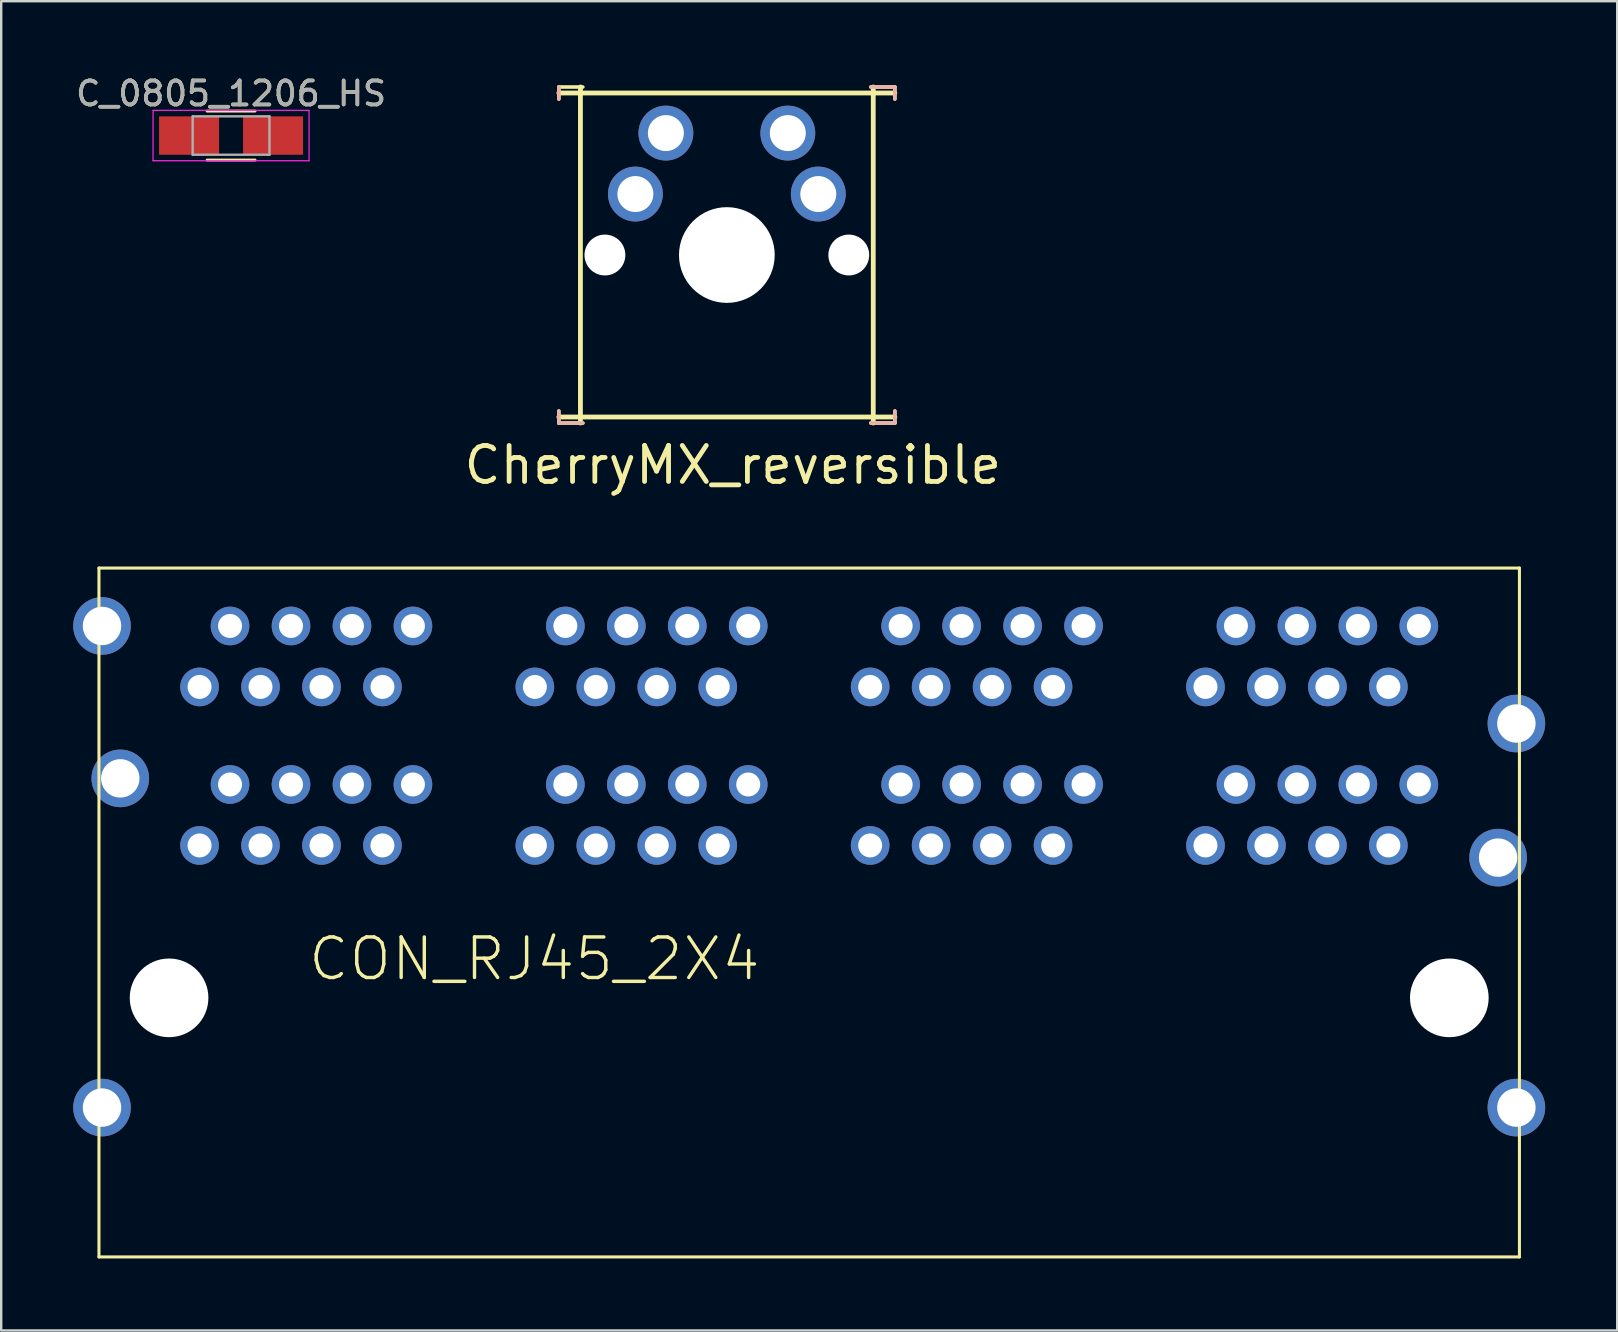
<source format=kicad_pcb>
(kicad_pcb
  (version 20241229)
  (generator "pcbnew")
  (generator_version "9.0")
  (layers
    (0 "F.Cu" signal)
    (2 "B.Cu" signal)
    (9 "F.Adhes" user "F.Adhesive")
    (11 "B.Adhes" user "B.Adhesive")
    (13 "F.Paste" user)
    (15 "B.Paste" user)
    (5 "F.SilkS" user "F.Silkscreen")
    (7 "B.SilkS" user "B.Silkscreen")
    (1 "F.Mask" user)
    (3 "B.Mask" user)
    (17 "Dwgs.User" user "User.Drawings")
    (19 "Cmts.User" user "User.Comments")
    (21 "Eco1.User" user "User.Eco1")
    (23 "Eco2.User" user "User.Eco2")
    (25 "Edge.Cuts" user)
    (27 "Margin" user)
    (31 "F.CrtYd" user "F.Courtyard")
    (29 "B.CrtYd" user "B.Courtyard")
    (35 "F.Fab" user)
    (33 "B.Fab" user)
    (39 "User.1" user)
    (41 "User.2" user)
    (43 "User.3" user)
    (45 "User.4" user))
  (footprint "CherryMX_reversible"
    (layer "F.Cu")
    (at 27.233 7.575)
    (property "Reference" "CherryMX_reversible" (at 0.25 8.75 0) (layer "F.SilkS") (effects (font (size 1.5 1.5) (thickness 0.2))))
    (attr through_hole)
    (fp_line (start -7 -7) (end -6 -7) (stroke (width 0.15) (type solid)) (layer "F.SilkS"))
    (fp_line (start -7 -6.75) (end 7 -6.75) (stroke (width 0.2) (type solid)) (layer "F.SilkS"))
    (fp_line (start -7 -6.5) (end -7 -7) (stroke (width 0.15) (type solid)) (layer "F.SilkS"))
    (fp_line (start -7 6.75) (end 7 6.75) (stroke (width 0.2) (type solid)) (layer "F.SilkS"))
    (fp_line (start -7 7) (end -7 6.5) (stroke (width 0.15) (type solid)) (layer "F.SilkS"))
    (fp_line (start -6.1 7) (end -6.1 -7) (stroke (width 0.2) (type solid)) (layer "F.SilkS"))
    (fp_line (start -6 7) (end -7 7) (stroke (width 0.15) (type solid)) (layer "F.SilkS"))
    (fp_line (start 6 -7) (end 7 -7) (stroke (width 0.15) (type solid)) (layer "F.SilkS"))
    (fp_line (start 6.1 7) (end 6.1 -7) (stroke (width 0.2) (type solid)) (layer "F.SilkS"))
    (fp_line (start 7 -7) (end 7 -6.5) (stroke (width 0.15) (type solid)) (layer "F.SilkS"))
    (fp_line (start 7 6.5) (end 7 7) (stroke (width 0.15) (type solid)) (layer "F.SilkS"))
    (fp_line (start 7 7) (end 6 7) (stroke (width 0.15) (type solid)) (layer "F.SilkS"))
    (fp_line (start -7 -6.5) (end -7 -7) (stroke (width 0.15) (type solid)) (layer "B.SilkS"))
    (fp_line (start -7 7) (end -7 6.5) (stroke (width 0.15) (type solid)) (layer "B.SilkS"))
    (fp_line (start -6 7) (end -7 7) (stroke (width 0.15) (type solid)) (layer "B.SilkS"))
    (fp_line (start 6 -7) (end 7 -7) (stroke (width 0.15) (type solid)) (layer "B.SilkS"))
    (fp_line (start 7 -7) (end 7 -6.5) (stroke (width 0.15) (type solid)) (layer "B.SilkS"))
    (fp_line (start 7 6.5) (end 7 7) (stroke (width 0.15) (type solid)) (layer "B.SilkS"))
    (fp_line (start 7 7) (end 6 7) (stroke (width 0.15) (type solid)) (layer "B.SilkS"))
    (fp_line (start -7.5 -7.5) (end 7.5 -7.5) (stroke (width 0.15) (type solid)) (layer "Eco2.User"))
    (fp_line (start -7.5 7.5) (end -7.5 -7.5) (stroke (width 0.15) (type solid)) (layer "Eco2.User"))
    (fp_line (start -6.9 6.9) (end -6.9 -6.9) (stroke (width 0.15) (type solid)) (layer "Eco2.User"))
    (fp_line (start -6.9 6.9) (end 6.9 6.9) (stroke (width 0.15) (type solid)) (layer "Eco2.User"))
    (fp_line (start 6.9 -6.9) (end -6.9 -6.9) (stroke (width 0.15) (type solid)) (layer "Eco2.User"))
    (fp_line (start 6.9 -6.9) (end 6.9 6.9) (stroke (width 0.15) (type solid)) (layer "Eco2.User"))
    (fp_line (start 7.5 -7.5) (end 7.5 7.5) (stroke (width 0.15) (type solid)) (layer "Eco2.User"))
    (fp_line (start 7.5 7.5) (end -7.5 7.5) (stroke (width 0.15) (type solid)) (layer "Eco2.User"))
    (pad "" np_thru_hole circle (at -5.08 0) (size 1.702 1.702) (drill 1.702) (layers "*.Cu" "*.Mask"))
    (pad "" np_thru_hole circle (at 0 0) (size 3.988 3.988) (drill 3.988) (layers "*.Cu" "*.Mask"))
    (pad "" np_thru_hole circle (at 5.08 0) (size 1.702 1.702) (drill 1.702) (layers "*.Cu" "*.Mask"))
    (pad "1" thru_hole circle (at -3.81 -2.54) (size 2.286 2.286) (drill 1.499) (layers "*.Cu" "*.Mask"))
    (pad "1" thru_hole circle (at -2.54 -5.08) (size 2.286 2.286) (drill 1.499) (layers "*.Cu" "*.Mask"))
    (pad "2" thru_hole circle (at 2.54 -5.08) (size 2.286 2.286) (drill 1.499) (layers "*.Cu" "*.Mask"))
    (pad "2" thru_hole circle (at 3.81 -2.54) (size 2.286 2.286) (drill 1.499) (layers "*.Cu" "*.Mask")))
  (footprint "C_0805_1206_HS"
    (layer "F.Cu")
    (at 6.577 2.598)
    (property "Reference" "C_0805_1206_HS" (at 0 -1.75 0) (layer "F.SilkS") (effects (font (size 1 1) (thickness 0.15))))
    (attr smd)
    (fp_line (start -1 1.02) (end 1 1.02) (stroke (width 0.12) (type solid)) (layer "F.SilkS"))
    (fp_line (start 1 -1.02) (end -1 -1.02) (stroke (width 0.12) (type solid)) (layer "F.SilkS"))
    (fp_line (start -3.25 -1.05) (end -3.25 1.05) (stroke (width 0.05) (type solid)) (layer "F.CrtYd"))
    (fp_line (start -3.25 -1.05) (end 3.25 -1.05) (stroke (width 0.05) (type solid)) (layer "F.CrtYd"))
    (fp_line (start 3.25 1.05) (end -3.25 1.05) (stroke (width 0.05) (type solid)) (layer "F.CrtYd"))
    (fp_line (start 3.25 1.05) (end 3.25 -1.05) (stroke (width 0.05) (type solid)) (layer "F.CrtYd"))
    (fp_line (start -1.6 -0.8) (end 1.6 -0.8) (stroke (width 0.1) (type solid)) (layer "F.Fab"))
    (fp_line (start -1.6 0.8) (end -1.6 -0.8) (stroke (width 0.1) (type solid)) (layer "F.Fab"))
    (fp_line (start 1.6 -0.8) (end 1.6 0.8) (stroke (width 0.1) (type solid)) (layer "F.Fab"))
    (fp_line (start 1.6 0.8) (end -1.6 0.8) (stroke (width 0.1) (type solid)) (layer "F.Fab"))
    (fp_text user "${REFERENCE}" (at 0 -1.75 0) (layer "F.Fab") (effects (font (size 1 1) (thickness 0.15))))
    (pad "1" smd rect (at -1.75 0) (size 2.5 1.6) (layers "F.Cu" "F.Mask" "F.Paste"))
    (pad "2" smd rect (at 1.75 0) (size 2.5 1.6) (layers "F.Cu" "F.Mask" "F.Paste")))
  (footprint "CON_RJ45_2X4"
    (layer "F.Cu")
    (at 3.994 38.524)
    (property "Reference" "CON_RJ45_2X4" (at 5.715 -0.635 0) (layer "F.SilkS") (effects (font (size 1.689 1.689) (thickness 0.142)) (justify left bottom)))
    (attr through_hole)
    (fp_line (start -2.921 -17.907) (end -2.921 10.795) (stroke (width 0.127) (type solid)) (layer "F.SilkS"))
    (fp_line (start -2.921 -17.907) (end 56.261 -17.907) (stroke (width 0.127) (type solid)) (layer "F.SilkS"))
    (fp_line (start -2.921 10.795) (end 56.261 10.795) (stroke (width 0.127) (type solid)) (layer "F.SilkS"))
    (fp_line (start 56.261 -17.907) (end 56.261 10.795) (stroke (width 0.127) (type solid)) (layer "F.SilkS"))
    (pad "" np_thru_hole circle (at 0 0) (size 3.277 3.277) (drill 3.277) (layers "*.Cu"))
    (pad "" np_thru_hole circle (at 53.34 0) (size 3.277 3.277) (drill 3.277) (layers "*.Cu"))
    (pad "A1" thru_hole circle (at 10.16 -15.494) (size 1.61 1.61) (drill 1) (layers "*.Cu" "*.Mask"))
    (pad "A2" thru_hole circle (at 8.89 -12.954) (size 1.61 1.61) (drill 1) (layers "*.Cu" "*.Mask"))
    (pad "A3" thru_hole circle (at 7.62 -15.494) (size 1.61 1.61) (drill 1) (layers "*.Cu" "*.Mask"))
    (pad "A4" thru_hole circle (at 6.35 -12.954) (size 1.61 1.61) (drill 1) (layers "*.Cu" "*.Mask"))
    (pad "A5" thru_hole circle (at 5.08 -15.494) (size 1.61 1.61) (drill 1) (layers "*.Cu" "*.Mask"))
    (pad "A6" thru_hole circle (at 3.81 -12.954) (size 1.61 1.61) (drill 1) (layers "*.Cu" "*.Mask"))
    (pad "A7" thru_hole circle (at 2.54 -15.494) (size 1.61 1.61) (drill 1) (layers "*.Cu" "*.Mask"))
    (pad "A8" thru_hole circle (at 1.27 -12.954) (size 1.61 1.61) (drill 1) (layers "*.Cu" "*.Mask"))
    (pad "B1" thru_hole circle (at 24.13 -15.494) (size 1.61 1.61) (drill 1) (layers "*.Cu" "*.Mask"))
    (pad "B2" thru_hole circle (at 22.86 -12.954) (size 1.61 1.61) (drill 1) (layers "*.Cu" "*.Mask"))
    (pad "B3" thru_hole circle (at 21.59 -15.494) (size 1.61 1.61) (drill 1) (layers "*.Cu" "*.Mask"))
    (pad "B4" thru_hole circle (at 20.32 -12.954) (size 1.61 1.61) (drill 1) (layers "*.Cu" "*.Mask"))
    (pad "B5" thru_hole circle (at 19.05 -15.494) (size 1.61 1.61) (drill 1) (layers "*.Cu" "*.Mask"))
    (pad "B6" thru_hole circle (at 17.78 -12.954) (size 1.61 1.61) (drill 1) (layers "*.Cu" "*.Mask"))
    (pad "B7" thru_hole circle (at 16.51 -15.494) (size 1.61 1.61) (drill 1) (layers "*.Cu" "*.Mask"))
    (pad "B8" thru_hole circle (at 15.24 -12.954) (size 1.61 1.61) (drill 1) (layers "*.Cu" "*.Mask"))
    (pad "BR@1" thru_hole circle (at -2.032 -9.144) (size 2.4 2.4) (drill 1.6) (layers "*.Cu" "*.Mask"))
    (pad "BR@2" thru_hole circle (at 55.372 -5.842) (size 2.4 2.4) (drill 1.6) (layers "*.Cu" "*.Mask"))
    (pad "C1" thru_hole circle (at 38.1 -15.494) (size 1.61 1.61) (drill 1) (layers "*.Cu" "*.Mask"))
    (pad "C2" thru_hole circle (at 36.83 -12.954) (size 1.61 1.61) (drill 1) (layers "*.Cu" "*.Mask"))
    (pad "C3" thru_hole circle (at 35.56 -15.494) (size 1.61 1.61) (drill 1) (layers "*.Cu" "*.Mask"))
    (pad "C4" thru_hole circle (at 34.29 -12.954) (size 1.61 1.61) (drill 1) (layers "*.Cu" "*.Mask"))
    (pad "C5" thru_hole circle (at 33.02 -15.494) (size 1.61 1.61) (drill 1) (layers "*.Cu" "*.Mask"))
    (pad "C6" thru_hole circle (at 31.75 -12.954) (size 1.61 1.61) (drill 1) (layers "*.Cu" "*.Mask"))
    (pad "C7" thru_hole circle (at 30.48 -15.494) (size 1.61 1.61) (drill 1) (layers "*.Cu" "*.Mask"))
    (pad "C8" thru_hole circle (at 29.21 -12.954) (size 1.61 1.61) (drill 1) (layers "*.Cu" "*.Mask"))
    (pad "D1" thru_hole circle (at 52.07 -15.494) (size 1.61 1.61) (drill 1) (layers "*.Cu" "*.Mask"))
    (pad "D2" thru_hole circle (at 50.8 -12.954) (size 1.61 1.61) (drill 1) (layers "*.Cu" "*.Mask"))
    (pad "D3" thru_hole circle (at 49.53 -15.494) (size 1.61 1.61) (drill 1) (layers "*.Cu" "*.Mask"))
    (pad "D4" thru_hole circle (at 48.26 -12.954) (size 1.61 1.61) (drill 1) (layers "*.Cu" "*.Mask"))
    (pad "D5" thru_hole circle (at 46.99 -15.494) (size 1.61 1.61) (drill 1) (layers "*.Cu" "*.Mask"))
    (pad "D6" thru_hole circle (at 45.72 -12.954) (size 1.61 1.61) (drill 1) (layers "*.Cu" "*.Mask"))
    (pad "D7" thru_hole circle (at 44.45 -15.494) (size 1.61 1.61) (drill 1) (layers "*.Cu" "*.Mask"))
    (pad "D8" thru_hole circle (at 43.18 -12.954) (size 1.61 1.61) (drill 1) (layers "*.Cu" "*.Mask"))
    (pad "E1" thru_hole circle (at 1.27 -6.35) (size 1.61 1.61) (drill 1) (layers "*.Cu" "*.Mask"))
    (pad "E2" thru_hole circle (at 2.54 -8.89) (size 1.61 1.61) (drill 1) (layers "*.Cu" "*.Mask"))
    (pad "E3" thru_hole circle (at 3.81 -6.35) (size 1.61 1.61) (drill 1) (layers "*.Cu" "*.Mask"))
    (pad "E4" thru_hole circle (at 5.08 -8.89) (size 1.61 1.61) (drill 1) (layers "*.Cu" "*.Mask"))
    (pad "E5" thru_hole circle (at 6.35 -6.35) (size 1.61 1.61) (drill 1) (layers "*.Cu" "*.Mask"))
    (pad "E6" thru_hole circle (at 7.62 -8.89) (size 1.61 1.61) (drill 1) (layers "*.Cu" "*.Mask"))
    (pad "E7" thru_hole circle (at 8.89 -6.35) (size 1.61 1.61) (drill 1) (layers "*.Cu" "*.Mask"))
    (pad "E8" thru_hole circle (at 10.16 -8.89) (size 1.61 1.61) (drill 1) (layers "*.Cu" "*.Mask"))
    (pad "F1" thru_hole circle (at 15.24 -6.35) (size 1.61 1.61) (drill 1) (layers "*.Cu" "*.Mask"))
    (pad "F2" thru_hole circle (at 16.51 -8.89) (size 1.61 1.61) (drill 1) (layers "*.Cu" "*.Mask"))
    (pad "F3" thru_hole circle (at 17.78 -6.35) (size 1.61 1.61) (drill 1) (layers "*.Cu" "*.Mask"))
    (pad "F4" thru_hole circle (at 19.05 -8.89) (size 1.61 1.61) (drill 1) (layers "*.Cu" "*.Mask"))
    (pad "F5" thru_hole circle (at 20.32 -6.35) (size 1.61 1.61) (drill 1) (layers "*.Cu" "*.Mask"))
    (pad "F6" thru_hole circle (at 21.59 -8.89) (size 1.61 1.61) (drill 1) (layers "*.Cu" "*.Mask"))
    (pad "F7" thru_hole circle (at 22.86 -6.35) (size 1.61 1.61) (drill 1) (layers "*.Cu" "*.Mask"))
    (pad "F8" thru_hole circle (at 24.13 -8.89) (size 1.61 1.61) (drill 1) (layers "*.Cu" "*.Mask"))
    (pad "G1" thru_hole circle (at 29.21 -6.35) (size 1.61 1.61) (drill 1) (layers "*.Cu" "*.Mask"))
    (pad "G2" thru_hole circle (at 30.48 -8.89) (size 1.61 1.61) (drill 1) (layers "*.Cu" "*.Mask"))
    (pad "G3" thru_hole circle (at 31.75 -6.35) (size 1.61 1.61) (drill 1) (layers "*.Cu" "*.Mask"))
    (pad "G4" thru_hole circle (at 33.02 -8.89) (size 1.61 1.61) (drill 1) (layers "*.Cu" "*.Mask"))
    (pad "G5" thru_hole circle (at 34.29 -6.35) (size 1.61 1.61) (drill 1) (layers "*.Cu" "*.Mask"))
    (pad "G6" thru_hole circle (at 35.56 -8.89) (size 1.61 1.61) (drill 1) (layers "*.Cu" "*.Mask"))
    (pad "G7" thru_hole circle (at 36.83 -6.35) (size 1.61 1.61) (drill 1) (layers "*.Cu" "*.Mask"))
    (pad "G8" thru_hole circle (at 38.1 -8.89) (size 1.61 1.61) (drill 1) (layers "*.Cu" "*.Mask"))
    (pad "H1" thru_hole circle (at 43.18 -6.35) (size 1.61 1.61) (drill 1) (layers "*.Cu" "*.Mask"))
    (pad "H2" thru_hole circle (at 44.45 -8.89) (size 1.61 1.61) (drill 1) (layers "*.Cu" "*.Mask"))
    (pad "H3" thru_hole circle (at 45.72 -6.35) (size 1.61 1.61) (drill 1) (layers "*.Cu" "*.Mask"))
    (pad "H4" thru_hole circle (at 46.99 -8.89) (size 1.61 1.61) (drill 1) (layers "*.Cu" "*.Mask"))
    (pad "H5" thru_hole circle (at 48.26 -6.35) (size 1.61 1.61) (drill 1) (layers "*.Cu" "*.Mask"))
    (pad "H6" thru_hole circle (at 49.53 -8.89) (size 1.61 1.61) (drill 1) (layers "*.Cu" "*.Mask"))
    (pad "H7" thru_hole circle (at 50.8 -6.35) (size 1.61 1.61) (drill 1) (layers "*.Cu" "*.Mask"))
    (pad "H8" thru_hole circle (at 52.07 -8.89) (size 1.61 1.61) (drill 1) (layers "*.Cu" "*.Mask"))
    (pad "SH@1" thru_hole circle (at -2.794 -15.494) (size 2.4 2.4) (drill 1.6) (layers "*.Cu" "*.Mask"))
    (pad "SH@2" thru_hole circle (at -2.794 4.572) (size 2.4 2.4) (drill 1.6) (layers "*.Cu" "*.Mask"))
    (pad "SH@3" thru_hole circle (at 56.134 -11.43) (size 2.4 2.4) (drill 1.6) (layers "*.Cu" "*.Mask"))
    (pad "SH@4" thru_hole circle (at 56.134 4.572) (size 2.4 2.4) (drill 1.6) (layers "*.Cu" "*.Mask")))
  (gr_rect
    (start -3 -3)
    (end 64.328 52.383)
    (stroke (width 0.1) (type default))
    (fill no)
    (layer "Edge.Cuts")))
</source>
